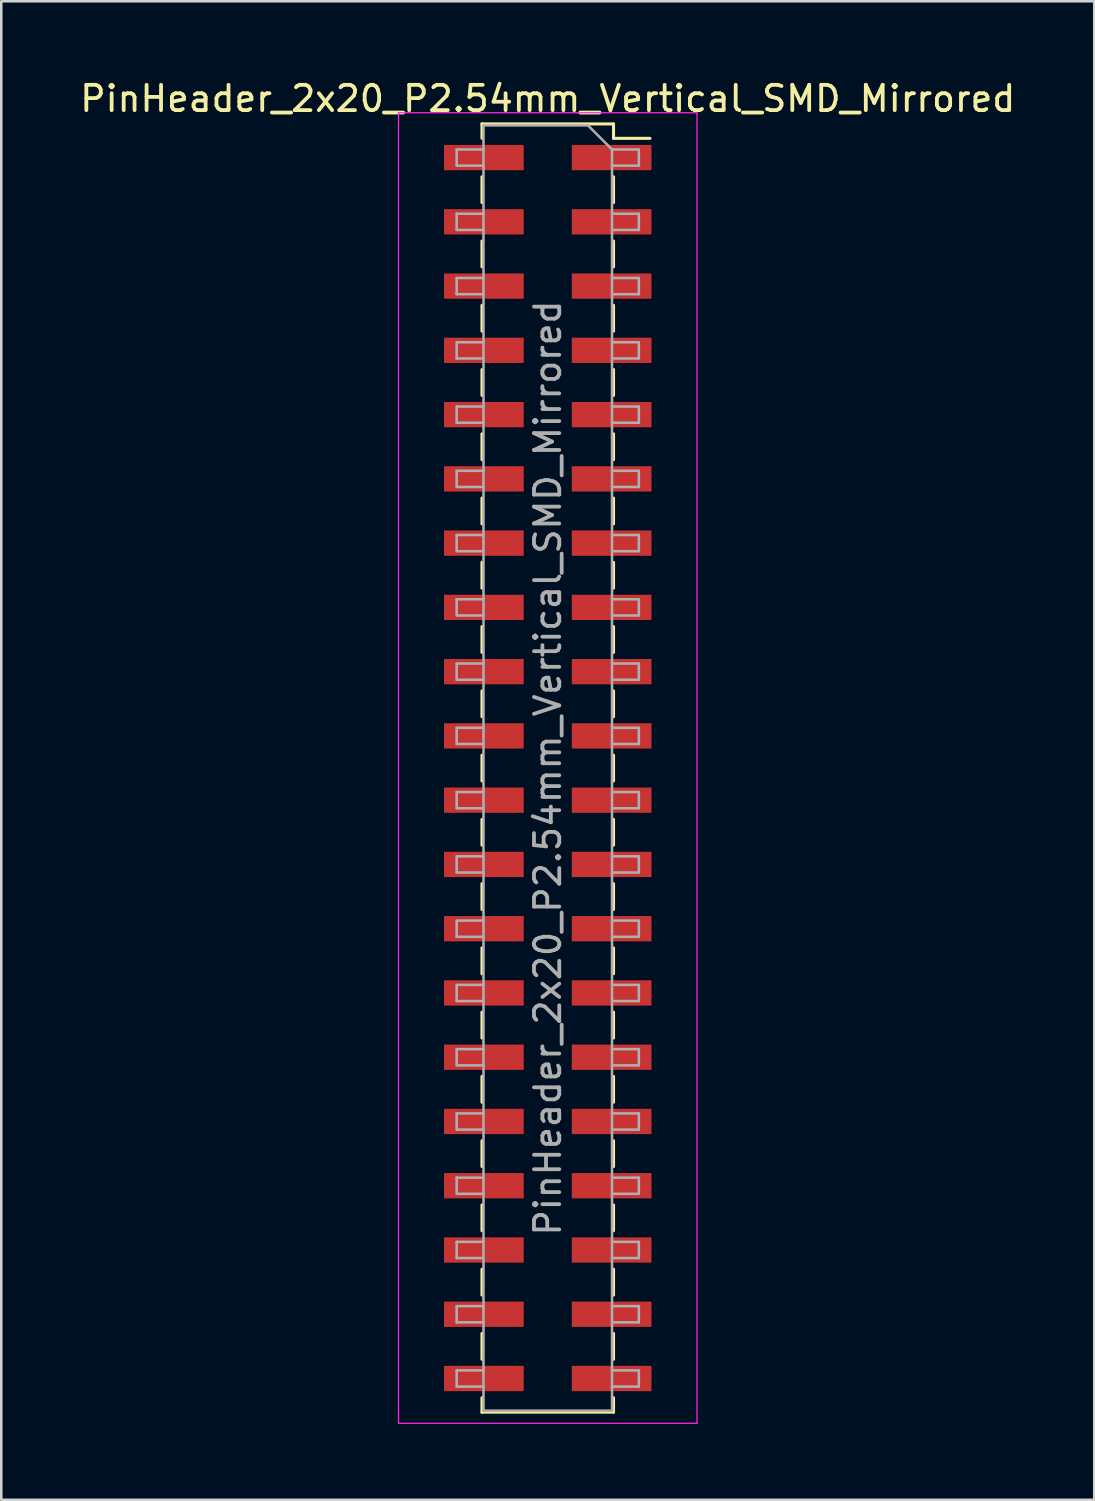
<source format=kicad_pcb>
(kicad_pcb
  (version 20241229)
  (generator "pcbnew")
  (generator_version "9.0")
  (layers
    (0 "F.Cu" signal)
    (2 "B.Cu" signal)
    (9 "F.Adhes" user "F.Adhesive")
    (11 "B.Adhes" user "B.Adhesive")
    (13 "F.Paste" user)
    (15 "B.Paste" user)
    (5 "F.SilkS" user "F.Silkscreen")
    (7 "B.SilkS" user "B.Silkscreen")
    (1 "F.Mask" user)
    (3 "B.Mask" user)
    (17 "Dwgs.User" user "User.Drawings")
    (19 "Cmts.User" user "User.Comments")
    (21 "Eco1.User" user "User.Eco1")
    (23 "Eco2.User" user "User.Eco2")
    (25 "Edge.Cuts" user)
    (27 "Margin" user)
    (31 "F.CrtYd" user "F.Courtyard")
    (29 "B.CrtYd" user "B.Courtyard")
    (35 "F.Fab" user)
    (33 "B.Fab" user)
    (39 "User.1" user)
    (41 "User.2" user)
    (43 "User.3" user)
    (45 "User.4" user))
  (footprint "PinHeader_2x20_P2.54mm_Vertical_SMD_Mirrored"
    (layer "F.Cu")
    (at 18.55 27.285)
    (property "Reference" "PinHeader_2x20_P2.54mm_Vertical_SMD_Mirrored" (at 0.051 -26.437 0) (layer "F.SilkS") (effects (font (size 1 1) (thickness 0.15))))
    (attr smd)
    (fp_line (start -2.549 -25.437) (end -2.549 -24.867) (stroke (width 0.12) (type solid)) (layer "F.SilkS"))
    (fp_line (start -2.549 -23.347) (end -2.549 -22.327) (stroke (width 0.12) (type solid)) (layer "F.SilkS"))
    (fp_line (start -2.549 -20.807) (end -2.549 -19.787) (stroke (width 0.12) (type solid)) (layer "F.SilkS"))
    (fp_line (start -2.549 -18.267) (end -2.549 -17.247) (stroke (width 0.12) (type solid)) (layer "F.SilkS"))
    (fp_line (start -2.549 -15.727) (end -2.549 -14.707) (stroke (width 0.12) (type solid)) (layer "F.SilkS"))
    (fp_line (start -2.549 -13.187) (end -2.549 -12.167) (stroke (width 0.12) (type solid)) (layer "F.SilkS"))
    (fp_line (start -2.549 -10.647) (end -2.549 -9.627) (stroke (width 0.12) (type solid)) (layer "F.SilkS"))
    (fp_line (start -2.549 -8.107) (end -2.549 -7.087) (stroke (width 0.12) (type solid)) (layer "F.SilkS"))
    (fp_line (start -2.549 -5.567) (end -2.549 -4.547) (stroke (width 0.12) (type solid)) (layer "F.SilkS"))
    (fp_line (start -2.549 -3.027) (end -2.549 -2.007) (stroke (width 0.12) (type solid)) (layer "F.SilkS"))
    (fp_line (start -2.549 -0.487) (end -2.549 0.533) (stroke (width 0.12) (type solid)) (layer "F.SilkS"))
    (fp_line (start -2.549 2.053) (end -2.549 3.073) (stroke (width 0.12) (type solid)) (layer "F.SilkS"))
    (fp_line (start -2.549 4.593) (end -2.549 5.613) (stroke (width 0.12) (type solid)) (layer "F.SilkS"))
    (fp_line (start -2.549 7.133) (end -2.549 8.153) (stroke (width 0.12) (type solid)) (layer "F.SilkS"))
    (fp_line (start -2.549 9.673) (end -2.549 10.693) (stroke (width 0.12) (type solid)) (layer "F.SilkS"))
    (fp_line (start -2.549 12.213) (end -2.549 13.233) (stroke (width 0.12) (type solid)) (layer "F.SilkS"))
    (fp_line (start -2.549 14.753) (end -2.549 15.773) (stroke (width 0.12) (type solid)) (layer "F.SilkS"))
    (fp_line (start -2.549 17.293) (end -2.549 18.313) (stroke (width 0.12) (type solid)) (layer "F.SilkS"))
    (fp_line (start -2.549 19.833) (end -2.549 20.853) (stroke (width 0.12) (type solid)) (layer "F.SilkS"))
    (fp_line (start -2.549 22.373) (end -2.549 23.393) (stroke (width 0.12) (type solid)) (layer "F.SilkS"))
    (fp_line (start -2.549 24.913) (end -2.549 25.483) (stroke (width 0.12) (type solid)) (layer "F.SilkS"))
    (fp_line (start 2.651 -25.437) (end -2.549 -25.437) (stroke (width 0.12) (type solid)) (layer "F.SilkS"))
    (fp_line (start 2.651 -25.437) (end 2.651 -24.867) (stroke (width 0.12) (type solid)) (layer "F.SilkS"))
    (fp_line (start 2.651 -23.347) (end 2.651 -22.327) (stroke (width 0.12) (type solid)) (layer "F.SilkS"))
    (fp_line (start 2.651 -20.807) (end 2.651 -19.787) (stroke (width 0.12) (type solid)) (layer "F.SilkS"))
    (fp_line (start 2.651 -18.267) (end 2.651 -17.247) (stroke (width 0.12) (type solid)) (layer "F.SilkS"))
    (fp_line (start 2.651 -15.727) (end 2.651 -14.707) (stroke (width 0.12) (type solid)) (layer "F.SilkS"))
    (fp_line (start 2.651 -13.187) (end 2.651 -12.167) (stroke (width 0.12) (type solid)) (layer "F.SilkS"))
    (fp_line (start 2.651 -10.647) (end 2.651 -9.627) (stroke (width 0.12) (type solid)) (layer "F.SilkS"))
    (fp_line (start 2.651 -8.107) (end 2.651 -7.087) (stroke (width 0.12) (type solid)) (layer "F.SilkS"))
    (fp_line (start 2.651 -5.567) (end 2.651 -4.547) (stroke (width 0.12) (type solid)) (layer "F.SilkS"))
    (fp_line (start 2.651 -3.027) (end 2.651 -2.007) (stroke (width 0.12) (type solid)) (layer "F.SilkS"))
    (fp_line (start 2.651 -0.487) (end 2.651 0.533) (stroke (width 0.12) (type solid)) (layer "F.SilkS"))
    (fp_line (start 2.651 2.053) (end 2.651 3.073) (stroke (width 0.12) (type solid)) (layer "F.SilkS"))
    (fp_line (start 2.651 4.593) (end 2.651 5.613) (stroke (width 0.12) (type solid)) (layer "F.SilkS"))
    (fp_line (start 2.651 7.133) (end 2.651 8.153) (stroke (width 0.12) (type solid)) (layer "F.SilkS"))
    (fp_line (start 2.651 9.673) (end 2.651 10.693) (stroke (width 0.12) (type solid)) (layer "F.SilkS"))
    (fp_line (start 2.651 12.213) (end 2.651 13.233) (stroke (width 0.12) (type solid)) (layer "F.SilkS"))
    (fp_line (start 2.651 14.753) (end 2.651 15.773) (stroke (width 0.12) (type solid)) (layer "F.SilkS"))
    (fp_line (start 2.651 17.293) (end 2.651 18.313) (stroke (width 0.12) (type solid)) (layer "F.SilkS"))
    (fp_line (start 2.651 19.833) (end 2.651 20.853) (stroke (width 0.12) (type solid)) (layer "F.SilkS"))
    (fp_line (start 2.651 22.373) (end 2.651 23.393) (stroke (width 0.12) (type solid)) (layer "F.SilkS"))
    (fp_line (start 2.651 24.913) (end 2.651 25.483) (stroke (width 0.12) (type solid)) (layer "F.SilkS"))
    (fp_line (start 2.651 25.483) (end -2.549 25.483) (stroke (width 0.12) (type solid)) (layer "F.SilkS"))
    (fp_line (start 4.091 -24.867) (end 2.651 -24.867) (stroke (width 0.12) (type solid)) (layer "F.SilkS"))
    (fp_line (start -5.849 -25.877) (end 5.951 -25.877) (stroke (width 0.05) (type solid)) (layer "F.CrtYd"))
    (fp_line (start -5.849 25.923) (end -5.849 -25.877) (stroke (width 0.05) (type solid)) (layer "F.CrtYd"))
    (fp_line (start 5.951 -25.877) (end 5.951 25.923) (stroke (width 0.05) (type solid)) (layer "F.CrtYd"))
    (fp_line (start 5.951 25.923) (end -5.849 25.923) (stroke (width 0.05) (type solid)) (layer "F.CrtYd"))
    (fp_line (start -3.549 -24.427) (end -3.549 -23.787) (stroke (width 0.1) (type solid)) (layer "F.Fab"))
    (fp_line (start -3.549 -23.787) (end -2.489 -23.787) (stroke (width 0.1) (type solid)) (layer "F.Fab"))
    (fp_line (start -3.549 -21.887) (end -3.549 -21.247) (stroke (width 0.1) (type solid)) (layer "F.Fab"))
    (fp_line (start -3.549 -21.247) (end -2.489 -21.247) (stroke (width 0.1) (type solid)) (layer "F.Fab"))
    (fp_line (start -3.549 -19.347) (end -3.549 -18.707) (stroke (width 0.1) (type solid)) (layer "F.Fab"))
    (fp_line (start -3.549 -18.707) (end -2.489 -18.707) (stroke (width 0.1) (type solid)) (layer "F.Fab"))
    (fp_line (start -3.549 -16.807) (end -3.549 -16.167) (stroke (width 0.1) (type solid)) (layer "F.Fab"))
    (fp_line (start -3.549 -16.167) (end -2.489 -16.167) (stroke (width 0.1) (type solid)) (layer "F.Fab"))
    (fp_line (start -3.549 -14.267) (end -3.549 -13.627) (stroke (width 0.1) (type solid)) (layer "F.Fab"))
    (fp_line (start -3.549 -13.627) (end -2.489 -13.627) (stroke (width 0.1) (type solid)) (layer "F.Fab"))
    (fp_line (start -3.549 -11.727) (end -3.549 -11.087) (stroke (width 0.1) (type solid)) (layer "F.Fab"))
    (fp_line (start -3.549 -11.087) (end -2.489 -11.087) (stroke (width 0.1) (type solid)) (layer "F.Fab"))
    (fp_line (start -3.549 -9.187) (end -3.549 -8.547) (stroke (width 0.1) (type solid)) (layer "F.Fab"))
    (fp_line (start -3.549 -8.547) (end -2.489 -8.547) (stroke (width 0.1) (type solid)) (layer "F.Fab"))
    (fp_line (start -3.549 -6.647) (end -3.549 -6.007) (stroke (width 0.1) (type solid)) (layer "F.Fab"))
    (fp_line (start -3.549 -6.007) (end -2.489 -6.007) (stroke (width 0.1) (type solid)) (layer "F.Fab"))
    (fp_line (start -3.549 -4.107) (end -3.549 -3.467) (stroke (width 0.1) (type solid)) (layer "F.Fab"))
    (fp_line (start -3.549 -3.467) (end -2.489 -3.467) (stroke (width 0.1) (type solid)) (layer "F.Fab"))
    (fp_line (start -3.549 -1.567) (end -3.549 -0.927) (stroke (width 0.1) (type solid)) (layer "F.Fab"))
    (fp_line (start -3.549 -0.927) (end -2.489 -0.927) (stroke (width 0.1) (type solid)) (layer "F.Fab"))
    (fp_line (start -3.549 0.973) (end -3.549 1.613) (stroke (width 0.1) (type solid)) (layer "F.Fab"))
    (fp_line (start -3.549 1.613) (end -2.489 1.613) (stroke (width 0.1) (type solid)) (layer "F.Fab"))
    (fp_line (start -3.549 3.513) (end -3.549 4.153) (stroke (width 0.1) (type solid)) (layer "F.Fab"))
    (fp_line (start -3.549 4.153) (end -2.489 4.153) (stroke (width 0.1) (type solid)) (layer "F.Fab"))
    (fp_line (start -3.549 6.053) (end -3.549 6.693) (stroke (width 0.1) (type solid)) (layer "F.Fab"))
    (fp_line (start -3.549 6.693) (end -2.489 6.693) (stroke (width 0.1) (type solid)) (layer "F.Fab"))
    (fp_line (start -3.549 8.593) (end -3.549 9.233) (stroke (width 0.1) (type solid)) (layer "F.Fab"))
    (fp_line (start -3.549 9.233) (end -2.489 9.233) (stroke (width 0.1) (type solid)) (layer "F.Fab"))
    (fp_line (start -3.549 11.133) (end -3.549 11.773) (stroke (width 0.1) (type solid)) (layer "F.Fab"))
    (fp_line (start -3.549 11.773) (end -2.489 11.773) (stroke (width 0.1) (type solid)) (layer "F.Fab"))
    (fp_line (start -3.549 13.673) (end -3.549 14.313) (stroke (width 0.1) (type solid)) (layer "F.Fab"))
    (fp_line (start -3.549 14.313) (end -2.489 14.313) (stroke (width 0.1) (type solid)) (layer "F.Fab"))
    (fp_line (start -3.549 16.213) (end -3.549 16.853) (stroke (width 0.1) (type solid)) (layer "F.Fab"))
    (fp_line (start -3.549 16.853) (end -2.489 16.853) (stroke (width 0.1) (type solid)) (layer "F.Fab"))
    (fp_line (start -3.549 18.753) (end -3.549 19.393) (stroke (width 0.1) (type solid)) (layer "F.Fab"))
    (fp_line (start -3.549 19.393) (end -2.489 19.393) (stroke (width 0.1) (type solid)) (layer "F.Fab"))
    (fp_line (start -3.549 21.293) (end -3.549 21.933) (stroke (width 0.1) (type solid)) (layer "F.Fab"))
    (fp_line (start -3.549 21.933) (end -2.489 21.933) (stroke (width 0.1) (type solid)) (layer "F.Fab"))
    (fp_line (start -3.549 23.833) (end -3.549 24.473) (stroke (width 0.1) (type solid)) (layer "F.Fab"))
    (fp_line (start -3.549 24.473) (end -2.489 24.473) (stroke (width 0.1) (type solid)) (layer "F.Fab"))
    (fp_line (start -2.489 -25.377) (end -2.489 25.423) (stroke (width 0.1) (type solid)) (layer "F.Fab"))
    (fp_line (start -2.489 -24.427) (end -3.549 -24.427) (stroke (width 0.1) (type solid)) (layer "F.Fab"))
    (fp_line (start -2.489 -21.887) (end -3.549 -21.887) (stroke (width 0.1) (type solid)) (layer "F.Fab"))
    (fp_line (start -2.489 -19.347) (end -3.549 -19.347) (stroke (width 0.1) (type solid)) (layer "F.Fab"))
    (fp_line (start -2.489 -16.807) (end -3.549 -16.807) (stroke (width 0.1) (type solid)) (layer "F.Fab"))
    (fp_line (start -2.489 -14.267) (end -3.549 -14.267) (stroke (width 0.1) (type solid)) (layer "F.Fab"))
    (fp_line (start -2.489 -11.727) (end -3.549 -11.727) (stroke (width 0.1) (type solid)) (layer "F.Fab"))
    (fp_line (start -2.489 -9.187) (end -3.549 -9.187) (stroke (width 0.1) (type solid)) (layer "F.Fab"))
    (fp_line (start -2.489 -6.647) (end -3.549 -6.647) (stroke (width 0.1) (type solid)) (layer "F.Fab"))
    (fp_line (start -2.489 -4.107) (end -3.549 -4.107) (stroke (width 0.1) (type solid)) (layer "F.Fab"))
    (fp_line (start -2.489 -1.567) (end -3.549 -1.567) (stroke (width 0.1) (type solid)) (layer "F.Fab"))
    (fp_line (start -2.489 0.973) (end -3.549 0.973) (stroke (width 0.1) (type solid)) (layer "F.Fab"))
    (fp_line (start -2.489 3.513) (end -3.549 3.513) (stroke (width 0.1) (type solid)) (layer "F.Fab"))
    (fp_line (start -2.489 6.053) (end -3.549 6.053) (stroke (width 0.1) (type solid)) (layer "F.Fab"))
    (fp_line (start -2.489 8.593) (end -3.549 8.593) (stroke (width 0.1) (type solid)) (layer "F.Fab"))
    (fp_line (start -2.489 11.133) (end -3.549 11.133) (stroke (width 0.1) (type solid)) (layer "F.Fab"))
    (fp_line (start -2.489 13.673) (end -3.549 13.673) (stroke (width 0.1) (type solid)) (layer "F.Fab"))
    (fp_line (start -2.489 16.213) (end -3.549 16.213) (stroke (width 0.1) (type solid)) (layer "F.Fab"))
    (fp_line (start -2.489 18.753) (end -3.549 18.753) (stroke (width 0.1) (type solid)) (layer "F.Fab"))
    (fp_line (start -2.489 21.293) (end -3.549 21.293) (stroke (width 0.1) (type solid)) (layer "F.Fab"))
    (fp_line (start -2.489 23.833) (end -3.549 23.833) (stroke (width 0.1) (type solid)) (layer "F.Fab"))
    (fp_line (start -2.489 25.423) (end 2.591 25.423) (stroke (width 0.1) (type solid)) (layer "F.Fab"))
    (fp_line (start 1.641 -25.377) (end -2.489 -25.377) (stroke (width 0.1) (type solid)) (layer "F.Fab"))
    (fp_line (start 2.591 -24.427) (end 1.641 -25.377) (stroke (width 0.1) (type solid)) (layer "F.Fab"))
    (fp_line (start 2.591 -24.427) (end 3.651 -24.427) (stroke (width 0.1) (type solid)) (layer "F.Fab"))
    (fp_line (start 2.591 -21.887) (end 3.651 -21.887) (stroke (width 0.1) (type solid)) (layer "F.Fab"))
    (fp_line (start 2.591 -19.347) (end 3.651 -19.347) (stroke (width 0.1) (type solid)) (layer "F.Fab"))
    (fp_line (start 2.591 -16.807) (end 3.651 -16.807) (stroke (width 0.1) (type solid)) (layer "F.Fab"))
    (fp_line (start 2.591 -14.267) (end 3.651 -14.267) (stroke (width 0.1) (type solid)) (layer "F.Fab"))
    (fp_line (start 2.591 -11.727) (end 3.651 -11.727) (stroke (width 0.1) (type solid)) (layer "F.Fab"))
    (fp_line (start 2.591 -9.187) (end 3.651 -9.187) (stroke (width 0.1) (type solid)) (layer "F.Fab"))
    (fp_line (start 2.591 -6.647) (end 3.651 -6.647) (stroke (width 0.1) (type solid)) (layer "F.Fab"))
    (fp_line (start 2.591 -4.107) (end 3.651 -4.107) (stroke (width 0.1) (type solid)) (layer "F.Fab"))
    (fp_line (start 2.591 -1.567) (end 3.651 -1.567) (stroke (width 0.1) (type solid)) (layer "F.Fab"))
    (fp_line (start 2.591 0.973) (end 3.651 0.973) (stroke (width 0.1) (type solid)) (layer "F.Fab"))
    (fp_line (start 2.591 3.513) (end 3.651 3.513) (stroke (width 0.1) (type solid)) (layer "F.Fab"))
    (fp_line (start 2.591 6.053) (end 3.651 6.053) (stroke (width 0.1) (type solid)) (layer "F.Fab"))
    (fp_line (start 2.591 8.593) (end 3.651 8.593) (stroke (width 0.1) (type solid)) (layer "F.Fab"))
    (fp_line (start 2.591 11.133) (end 3.651 11.133) (stroke (width 0.1) (type solid)) (layer "F.Fab"))
    (fp_line (start 2.591 13.673) (end 3.651 13.673) (stroke (width 0.1) (type solid)) (layer "F.Fab"))
    (fp_line (start 2.591 16.213) (end 3.651 16.213) (stroke (width 0.1) (type solid)) (layer "F.Fab"))
    (fp_line (start 2.591 18.753) (end 3.651 18.753) (stroke (width 0.1) (type solid)) (layer "F.Fab"))
    (fp_line (start 2.591 21.293) (end 3.651 21.293) (stroke (width 0.1) (type solid)) (layer "F.Fab"))
    (fp_line (start 2.591 23.833) (end 3.651 23.833) (stroke (width 0.1) (type solid)) (layer "F.Fab"))
    (fp_line (start 2.591 25.423) (end 2.591 -24.427) (stroke (width 0.1) (type solid)) (layer "F.Fab"))
    (fp_line (start 3.651 -24.427) (end 3.651 -23.787) (stroke (width 0.1) (type solid)) (layer "F.Fab"))
    (fp_line (start 3.651 -23.787) (end 2.591 -23.787) (stroke (width 0.1) (type solid)) (layer "F.Fab"))
    (fp_line (start 3.651 -21.887) (end 3.651 -21.247) (stroke (width 0.1) (type solid)) (layer "F.Fab"))
    (fp_line (start 3.651 -21.247) (end 2.591 -21.247) (stroke (width 0.1) (type solid)) (layer "F.Fab"))
    (fp_line (start 3.651 -19.347) (end 3.651 -18.707) (stroke (width 0.1) (type solid)) (layer "F.Fab"))
    (fp_line (start 3.651 -18.707) (end 2.591 -18.707) (stroke (width 0.1) (type solid)) (layer "F.Fab"))
    (fp_line (start 3.651 -16.807) (end 3.651 -16.167) (stroke (width 0.1) (type solid)) (layer "F.Fab"))
    (fp_line (start 3.651 -16.167) (end 2.591 -16.167) (stroke (width 0.1) (type solid)) (layer "F.Fab"))
    (fp_line (start 3.651 -14.267) (end 3.651 -13.627) (stroke (width 0.1) (type solid)) (layer "F.Fab"))
    (fp_line (start 3.651 -13.627) (end 2.591 -13.627) (stroke (width 0.1) (type solid)) (layer "F.Fab"))
    (fp_line (start 3.651 -11.727) (end 3.651 -11.087) (stroke (width 0.1) (type solid)) (layer "F.Fab"))
    (fp_line (start 3.651 -11.087) (end 2.591 -11.087) (stroke (width 0.1) (type solid)) (layer "F.Fab"))
    (fp_line (start 3.651 -9.187) (end 3.651 -8.547) (stroke (width 0.1) (type solid)) (layer "F.Fab"))
    (fp_line (start 3.651 -8.547) (end 2.591 -8.547) (stroke (width 0.1) (type solid)) (layer "F.Fab"))
    (fp_line (start 3.651 -6.647) (end 3.651 -6.007) (stroke (width 0.1) (type solid)) (layer "F.Fab"))
    (fp_line (start 3.651 -6.007) (end 2.591 -6.007) (stroke (width 0.1) (type solid)) (layer "F.Fab"))
    (fp_line (start 3.651 -4.107) (end 3.651 -3.467) (stroke (width 0.1) (type solid)) (layer "F.Fab"))
    (fp_line (start 3.651 -3.467) (end 2.591 -3.467) (stroke (width 0.1) (type solid)) (layer "F.Fab"))
    (fp_line (start 3.651 -1.567) (end 3.651 -0.927) (stroke (width 0.1) (type solid)) (layer "F.Fab"))
    (fp_line (start 3.651 -0.927) (end 2.591 -0.927) (stroke (width 0.1) (type solid)) (layer "F.Fab"))
    (fp_line (start 3.651 0.973) (end 3.651 1.613) (stroke (width 0.1) (type solid)) (layer "F.Fab"))
    (fp_line (start 3.651 1.613) (end 2.591 1.613) (stroke (width 0.1) (type solid)) (layer "F.Fab"))
    (fp_line (start 3.651 3.513) (end 3.651 4.153) (stroke (width 0.1) (type solid)) (layer "F.Fab"))
    (fp_line (start 3.651 4.153) (end 2.591 4.153) (stroke (width 0.1) (type solid)) (layer "F.Fab"))
    (fp_line (start 3.651 6.053) (end 3.651 6.693) (stroke (width 0.1) (type solid)) (layer "F.Fab"))
    (fp_line (start 3.651 6.693) (end 2.591 6.693) (stroke (width 0.1) (type solid)) (layer "F.Fab"))
    (fp_line (start 3.651 8.593) (end 3.651 9.233) (stroke (width 0.1) (type solid)) (layer "F.Fab"))
    (fp_line (start 3.651 9.233) (end 2.591 9.233) (stroke (width 0.1) (type solid)) (layer "F.Fab"))
    (fp_line (start 3.651 11.133) (end 3.651 11.773) (stroke (width 0.1) (type solid)) (layer "F.Fab"))
    (fp_line (start 3.651 11.773) (end 2.591 11.773) (stroke (width 0.1) (type solid)) (layer "F.Fab"))
    (fp_line (start 3.651 13.673) (end 3.651 14.313) (stroke (width 0.1) (type solid)) (layer "F.Fab"))
    (fp_line (start 3.651 14.313) (end 2.591 14.313) (stroke (width 0.1) (type solid)) (layer "F.Fab"))
    (fp_line (start 3.651 16.213) (end 3.651 16.853) (stroke (width 0.1) (type solid)) (layer "F.Fab"))
    (fp_line (start 3.651 16.853) (end 2.591 16.853) (stroke (width 0.1) (type solid)) (layer "F.Fab"))
    (fp_line (start 3.651 18.753) (end 3.651 19.393) (stroke (width 0.1) (type solid)) (layer "F.Fab"))
    (fp_line (start 3.651 19.393) (end 2.591 19.393) (stroke (width 0.1) (type solid)) (layer "F.Fab"))
    (fp_line (start 3.651 21.293) (end 3.651 21.933) (stroke (width 0.1) (type solid)) (layer "F.Fab"))
    (fp_line (start 3.651 21.933) (end 2.591 21.933) (stroke (width 0.1) (type solid)) (layer "F.Fab"))
    (fp_line (start 3.651 23.833) (end 3.651 24.473) (stroke (width 0.1) (type solid)) (layer "F.Fab"))
    (fp_line (start 3.651 24.473) (end 2.591 24.473) (stroke (width 0.1) (type solid)) (layer "F.Fab"))
    (fp_text user "${REFERENCE}" (at 0.051 0.023 90) (layer "F.Fab") (effects (font (size 1 1) (thickness 0.15))))
    (pad "1" smd rect (at 2.576 -24.107) (size 3.15 1) (layers "F.Cu" "F.Mask" "F.Paste"))
    (pad "2" smd rect (at -2.474 -24.107) (size 3.15 1) (layers "F.Cu" "F.Mask" "F.Paste"))
    (pad "3" smd rect (at 2.576 -21.567) (size 3.15 1) (layers "F.Cu" "F.Mask" "F.Paste"))
    (pad "4" smd rect (at -2.474 -21.567) (size 3.15 1) (layers "F.Cu" "F.Mask" "F.Paste"))
    (pad "5" smd rect (at 2.576 -19.027) (size 3.15 1) (layers "F.Cu" "F.Mask" "F.Paste"))
    (pad "6" smd rect (at -2.474 -19.027) (size 3.15 1) (layers "F.Cu" "F.Mask" "F.Paste"))
    (pad "7" smd rect (at 2.576 -16.487) (size 3.15 1) (layers "F.Cu" "F.Mask" "F.Paste"))
    (pad "8" smd rect (at -2.474 -16.487) (size 3.15 1) (layers "F.Cu" "F.Mask" "F.Paste"))
    (pad "9" smd rect (at 2.576 -13.947) (size 3.15 1) (layers "F.Cu" "F.Mask" "F.Paste"))
    (pad "10" smd rect (at -2.474 -13.947) (size 3.15 1) (layers "F.Cu" "F.Mask" "F.Paste"))
    (pad "11" smd rect (at 2.576 -11.407) (size 3.15 1) (layers "F.Cu" "F.Mask" "F.Paste"))
    (pad "12" smd rect (at -2.474 -11.407) (size 3.15 1) (layers "F.Cu" "F.Mask" "F.Paste"))
    (pad "13" smd rect (at 2.576 -8.867) (size 3.15 1) (layers "F.Cu" "F.Mask" "F.Paste"))
    (pad "14" smd rect (at -2.474 -8.867) (size 3.15 1) (layers "F.Cu" "F.Mask" "F.Paste"))
    (pad "15" smd rect (at 2.576 -6.327) (size 3.15 1) (layers "F.Cu" "F.Mask" "F.Paste"))
    (pad "16" smd rect (at -2.474 -6.327) (size 3.15 1) (layers "F.Cu" "F.Mask" "F.Paste"))
    (pad "17" smd rect (at 2.576 -3.787) (size 3.15 1) (layers "F.Cu" "F.Mask" "F.Paste"))
    (pad "18" smd rect (at -2.474 -3.787) (size 3.15 1) (layers "F.Cu" "F.Mask" "F.Paste"))
    (pad "19" smd rect (at 2.576 -1.247) (size 3.15 1) (layers "F.Cu" "F.Mask" "F.Paste"))
    (pad "20" smd rect (at -2.474 -1.247) (size 3.15 1) (layers "F.Cu" "F.Mask" "F.Paste"))
    (pad "21" smd rect (at 2.576 1.293) (size 3.15 1) (layers "F.Cu" "F.Mask" "F.Paste"))
    (pad "22" smd rect (at -2.474 1.293) (size 3.15 1) (layers "F.Cu" "F.Mask" "F.Paste"))
    (pad "23" smd rect (at 2.576 3.833) (size 3.15 1) (layers "F.Cu" "F.Mask" "F.Paste"))
    (pad "24" smd rect (at -2.474 3.833) (size 3.15 1) (layers "F.Cu" "F.Mask" "F.Paste"))
    (pad "25" smd rect (at 2.576 6.373) (size 3.15 1) (layers "F.Cu" "F.Mask" "F.Paste"))
    (pad "26" smd rect (at -2.474 6.373) (size 3.15 1) (layers "F.Cu" "F.Mask" "F.Paste"))
    (pad "27" smd rect (at 2.576 8.913) (size 3.15 1) (layers "F.Cu" "F.Mask" "F.Paste"))
    (pad "28" smd rect (at -2.474 8.913) (size 3.15 1) (layers "F.Cu" "F.Mask" "F.Paste"))
    (pad "29" smd rect (at 2.576 11.453) (size 3.15 1) (layers "F.Cu" "F.Mask" "F.Paste"))
    (pad "30" smd rect (at -2.474 11.453) (size 3.15 1) (layers "F.Cu" "F.Mask" "F.Paste"))
    (pad "31" smd rect (at 2.576 13.993) (size 3.15 1) (layers "F.Cu" "F.Mask" "F.Paste"))
    (pad "32" smd rect (at -2.474 13.993) (size 3.15 1) (layers "F.Cu" "F.Mask" "F.Paste"))
    (pad "33" smd rect (at 2.576 16.533) (size 3.15 1) (layers "F.Cu" "F.Mask" "F.Paste"))
    (pad "34" smd rect (at -2.474 16.533) (size 3.15 1) (layers "F.Cu" "F.Mask" "F.Paste"))
    (pad "35" smd rect (at 2.576 19.073) (size 3.15 1) (layers "F.Cu" "F.Mask" "F.Paste"))
    (pad "36" smd rect (at -2.474 19.073) (size 3.15 1) (layers "F.Cu" "F.Mask" "F.Paste"))
    (pad "37" smd rect (at 2.576 21.613) (size 3.15 1) (layers "F.Cu" "F.Mask" "F.Paste"))
    (pad "38" smd rect (at -2.474 21.613) (size 3.15 1) (layers "F.Cu" "F.Mask" "F.Paste"))
    (pad "39" smd rect (at 2.576 24.153) (size 3.15 1) (layers "F.Cu" "F.Mask" "F.Paste"))
    (pad "40" smd rect (at -2.474 24.153) (size 3.15 1) (layers "F.Cu" "F.Mask" "F.Paste")))
  (gr_rect
    (start -3 -3)
    (end 40.202 56.233)
    (stroke (width 0.1) (type default))
    (fill no)
    (layer "Edge.Cuts")))
</source>
